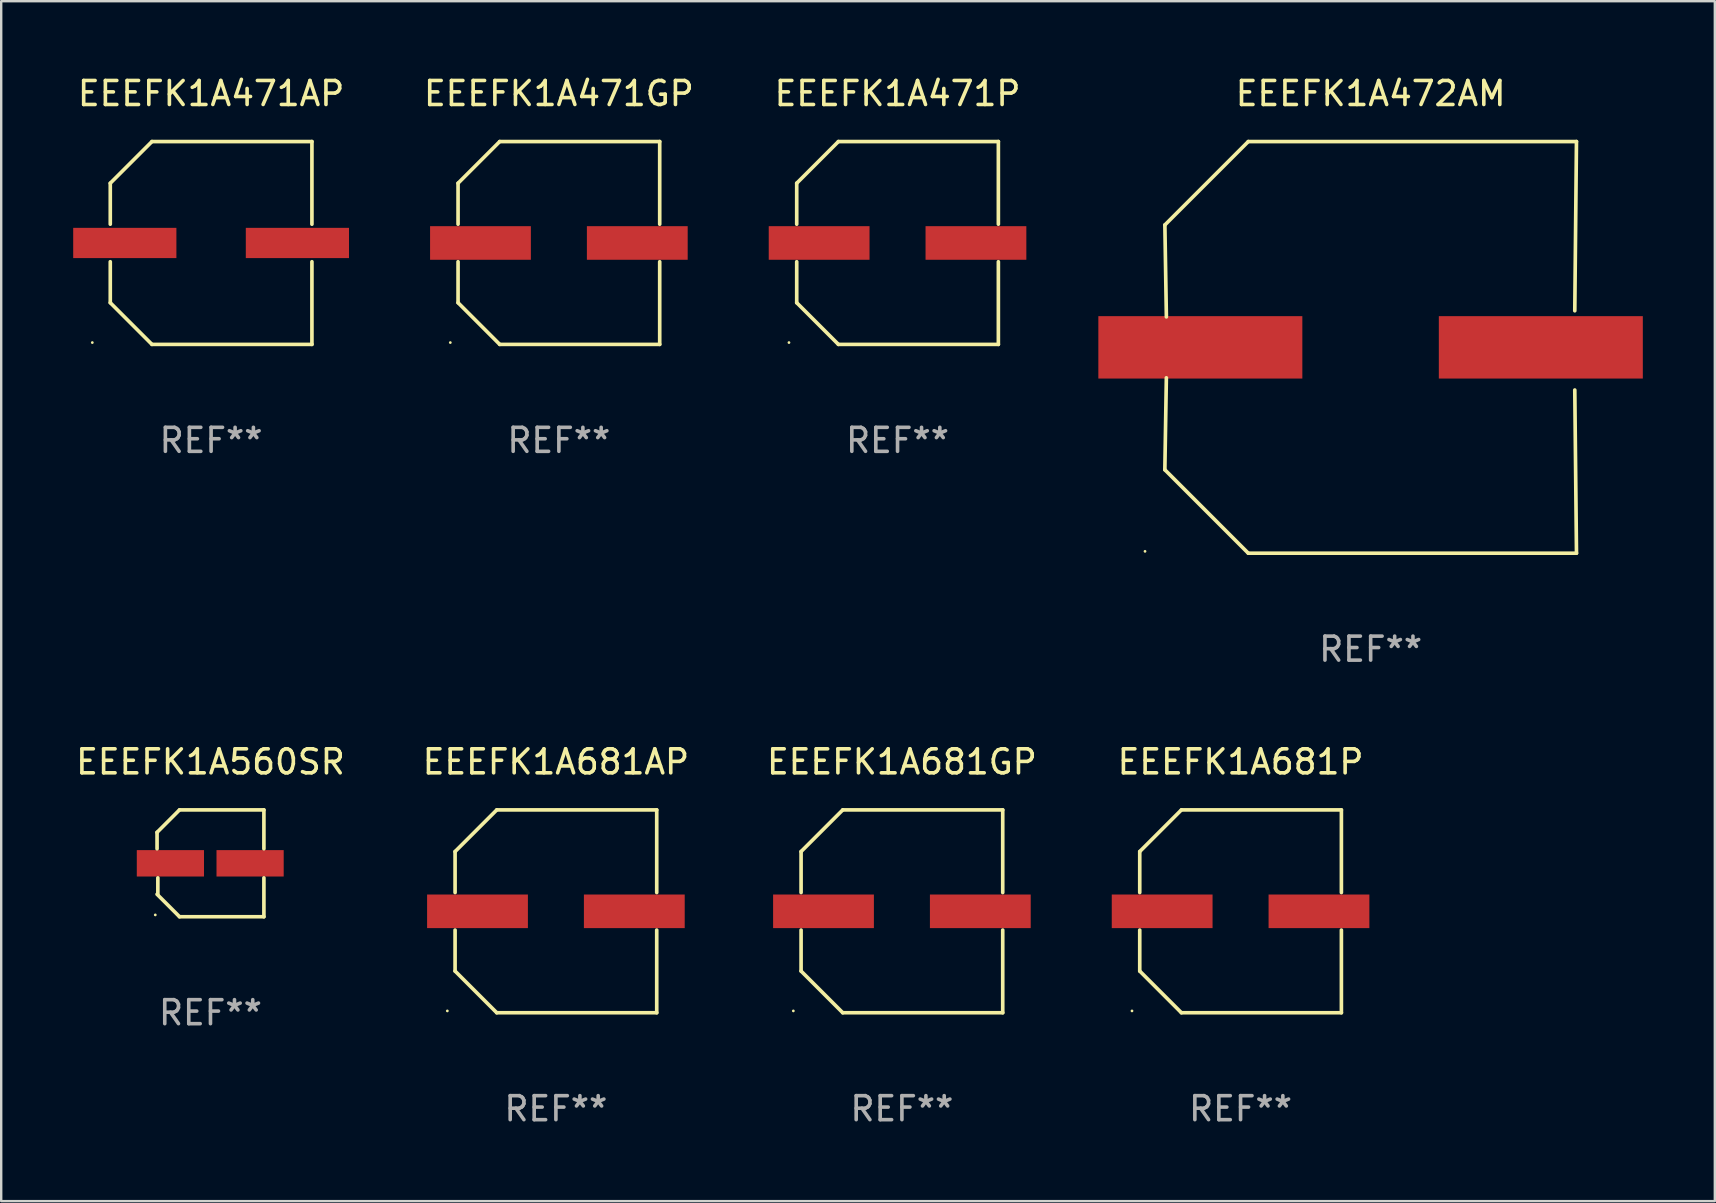
<source format=kicad_pcb>
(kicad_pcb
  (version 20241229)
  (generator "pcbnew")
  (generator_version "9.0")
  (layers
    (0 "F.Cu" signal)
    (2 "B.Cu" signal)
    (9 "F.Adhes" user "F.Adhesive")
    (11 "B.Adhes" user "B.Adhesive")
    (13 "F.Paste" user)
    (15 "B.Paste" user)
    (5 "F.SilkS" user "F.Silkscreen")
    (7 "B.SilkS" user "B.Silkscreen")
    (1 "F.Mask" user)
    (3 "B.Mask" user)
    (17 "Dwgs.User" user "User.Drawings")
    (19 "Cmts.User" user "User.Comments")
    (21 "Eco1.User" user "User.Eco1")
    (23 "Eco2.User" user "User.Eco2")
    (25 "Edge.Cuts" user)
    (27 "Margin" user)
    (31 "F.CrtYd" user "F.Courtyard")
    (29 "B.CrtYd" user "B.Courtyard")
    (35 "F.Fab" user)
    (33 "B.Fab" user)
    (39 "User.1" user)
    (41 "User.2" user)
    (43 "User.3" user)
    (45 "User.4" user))
  (footprint "EEEFK1A471GP"
    (layer "F.Cu")
    (at 20.237 7.074)
    (property "Reference" "EEEFK1A471GP" (at 0 -6.226 0) (layer "F.SilkS") (effects (font (size 1 1) (thickness 0.15))))
    (attr through_hole)
    (fp_line (start -4.201 -2.49) (end -4.201 -0.782) (stroke (width 0.152) (type solid)) (layer "F.SilkS"))
    (fp_line (start -4.201 2.49) (end -4.201 0.782) (stroke (width 0.152) (type solid)) (layer "F.SilkS"))
    (fp_line (start -2.465 -4.226) (end -4.201 -2.49) (stroke (width 0.152) (type solid)) (layer "F.SilkS"))
    (fp_line (start -2.465 4.226) (end -4.201 2.49) (stroke (width 0.152) (type solid)) (layer "F.SilkS"))
    (fp_line (start 4.201 -4.226) (end -2.465 -4.226) (stroke (width 0.152) (type solid)) (layer "F.SilkS"))
    (fp_line (start 4.201 -0.782) (end 4.201 -4.226) (stroke (width 0.152) (type solid)) (layer "F.SilkS"))
    (fp_line (start 4.201 0.782) (end 4.201 4.226) (stroke (width 0.152) (type solid)) (layer "F.SilkS"))
    (fp_line (start 4.201 4.226) (end -2.465 4.226) (stroke (width 0.152) (type solid)) (layer "F.SilkS"))
    (fp_circle (center -4.524 4.15) (end -4.494 4.15) (stroke (width 0.06) (type solid)) (fill no) (layer "F.SilkS"))
    (fp_text user "REF**" (at 0 8.226 0) (layer "F.Fab") (effects (font (size 1 1) (thickness 0.15))))
    (pad "1" smd rect (at -3.267 0) (size 4.2 1.4) (layers "F.Cu" "F.Mask" "F.Paste"))
    (pad "2" smd rect (at 3.267 0) (size 4.2 1.4) (layers "F.Cu" "F.Mask" "F.Paste")))
  (footprint "EEEFK1A471P"
    (layer "F.Cu")
    (at 34.348 7.074)
    (property "Reference" "EEEFK1A471P" (at 0 -6.226 0) (layer "F.SilkS") (effects (font (size 1 1) (thickness 0.15))))
    (attr through_hole)
    (fp_line (start -4.201 -2.49) (end -4.201 -0.782) (stroke (width 0.152) (type solid)) (layer "F.SilkS"))
    (fp_line (start -4.201 2.49) (end -4.201 0.782) (stroke (width 0.152) (type solid)) (layer "F.SilkS"))
    (fp_line (start -2.465 -4.226) (end -4.201 -2.49) (stroke (width 0.152) (type solid)) (layer "F.SilkS"))
    (fp_line (start -2.465 4.226) (end -4.201 2.49) (stroke (width 0.152) (type solid)) (layer "F.SilkS"))
    (fp_line (start 4.201 -4.226) (end -2.465 -4.226) (stroke (width 0.152) (type solid)) (layer "F.SilkS"))
    (fp_line (start 4.201 -0.782) (end 4.201 -4.226) (stroke (width 0.152) (type solid)) (layer "F.SilkS"))
    (fp_line (start 4.201 0.782) (end 4.201 4.226) (stroke (width 0.152) (type solid)) (layer "F.SilkS"))
    (fp_line (start 4.201 4.226) (end -2.465 4.226) (stroke (width 0.152) (type solid)) (layer "F.SilkS"))
    (fp_circle (center -4.524 4.15) (end -4.494 4.15) (stroke (width 0.06) (type solid)) (fill no) (layer "F.SilkS"))
    (fp_text user "REF**" (at 0 8.226 0) (layer "F.Fab") (effects (font (size 1 1) (thickness 0.15))))
    (pad "1" smd rect (at -3.267 0) (size 4.2 1.4) (layers "F.Cu" "F.Mask" "F.Paste"))
    (pad "2" smd rect (at 3.267 0) (size 4.2 1.4) (layers "F.Cu" "F.Mask" "F.Paste")))
  (footprint "EEEFK1A681P"
    (layer "F.Cu")
    (at 48.641 34.922)
    (property "Reference" "EEEFK1A681P" (at 0 -6.226 0) (layer "F.SilkS") (effects (font (size 1 1) (thickness 0.15))))
    (attr through_hole)
    (fp_line (start -4.201 -2.49) (end -4.201 -0.782) (stroke (width 0.152) (type solid)) (layer "F.SilkS"))
    (fp_line (start -4.201 2.49) (end -4.201 0.782) (stroke (width 0.152) (type solid)) (layer "F.SilkS"))
    (fp_line (start -2.465 -4.226) (end -4.201 -2.49) (stroke (width 0.152) (type solid)) (layer "F.SilkS"))
    (fp_line (start -2.465 4.226) (end -4.201 2.49) (stroke (width 0.152) (type solid)) (layer "F.SilkS"))
    (fp_line (start 4.201 -4.226) (end -2.465 -4.226) (stroke (width 0.152) (type solid)) (layer "F.SilkS"))
    (fp_line (start 4.201 -0.782) (end 4.201 -4.226) (stroke (width 0.152) (type solid)) (layer "F.SilkS"))
    (fp_line (start 4.201 0.782) (end 4.201 4.226) (stroke (width 0.152) (type solid)) (layer "F.SilkS"))
    (fp_line (start 4.201 4.226) (end -2.465 4.226) (stroke (width 0.152) (type solid)) (layer "F.SilkS"))
    (fp_circle (center -4.524 4.15) (end -4.494 4.15) (stroke (width 0.06) (type solid)) (fill no) (layer "F.SilkS"))
    (fp_text user "REF**" (at 0 8.226 0) (layer "F.Fab") (effects (font (size 1 1) (thickness 0.15))))
    (pad "1" smd rect (at -3.267 0) (size 4.2 1.4) (layers "F.Cu" "F.Mask" "F.Paste"))
    (pad "2" smd rect (at 3.267 0) (size 4.2 1.4) (layers "F.Cu" "F.Mask" "F.Paste")))
  (footprint "EEEFK1A560SR"
    (layer "F.Cu")
    (at 5.72 32.922)
    (property "Reference" "EEEFK1A560SR" (at 0 -4.226 0) (layer "F.SilkS") (effects (font (size 1 1) (thickness 0.15))))
    (attr through_hole)
    (fp_line (start -2.226 -1.29) (end -2.226 -0.607) (stroke (width 0.152) (type solid)) (layer "F.SilkS"))
    (fp_line (start -2.193 1.29) (end -2.193 0.607) (stroke (width 0.152) (type solid)) (layer "F.SilkS"))
    (fp_line (start -1.29 2.226) (end -2.226 1.29) (stroke (width 0.152) (type solid)) (layer "F.SilkS"))
    (fp_line (start -1.29 -2.226) (end -2.226 -1.29) (stroke (width 0.152) (type solid)) (layer "F.SilkS"))
    (fp_line (start 2.226 -2.226) (end -1.29 -2.226) (stroke (width 0.152) (type solid)) (layer "F.SilkS"))
    (fp_line (start 2.226 -0.607) (end 2.226 -2.226) (stroke (width 0.152) (type solid)) (layer "F.SilkS"))
    (fp_line (start 2.226 0.607) (end 2.226 2.226) (stroke (width 0.152) (type solid)) (layer "F.SilkS"))
    (fp_line (start 2.226 2.226) (end -1.29 2.226) (stroke (width 0.152) (type solid)) (layer "F.SilkS"))
    (fp_circle (center -2.3 2.15) (end -2.27 2.15) (stroke (width 0.06) (type solid)) (fill no) (layer "F.SilkS"))
    (fp_text user "REF**" (at 0 6.226 0) (layer "F.Fab") (effects (font (size 1 1) (thickness 0.15))))
    (pad "1" smd rect (at -1.67 -0.000025) (size 2.8 1.1) (layers "F.Cu" "F.Mask" "F.Paste"))
    (pad "2" smd rect (at 1.651 -0.000025) (size 2.8 1.1) (layers "F.Cu" "F.Mask" "F.Paste")))
  (footprint "EEEFK1A681GP"
    (layer "F.Cu")
    (at 34.53 34.922)
    (property "Reference" "EEEFK1A681GP" (at 0 -6.226 0) (layer "F.SilkS") (effects (font (size 1 1) (thickness 0.15))))
    (attr through_hole)
    (fp_line (start -4.201 -2.49) (end -4.201 -0.782) (stroke (width 0.152) (type solid)) (layer "F.SilkS"))
    (fp_line (start -4.201 2.49) (end -4.201 0.782) (stroke (width 0.152) (type solid)) (layer "F.SilkS"))
    (fp_line (start -2.465 -4.226) (end -4.201 -2.49) (stroke (width 0.152) (type solid)) (layer "F.SilkS"))
    (fp_line (start -2.465 4.226) (end -4.201 2.49) (stroke (width 0.152) (type solid)) (layer "F.SilkS"))
    (fp_line (start 4.201 -4.226) (end -2.465 -4.226) (stroke (width 0.152) (type solid)) (layer "F.SilkS"))
    (fp_line (start 4.201 -0.782) (end 4.201 -4.226) (stroke (width 0.152) (type solid)) (layer "F.SilkS"))
    (fp_line (start 4.201 0.782) (end 4.201 4.226) (stroke (width 0.152) (type solid)) (layer "F.SilkS"))
    (fp_line (start 4.201 4.226) (end -2.465 4.226) (stroke (width 0.152) (type solid)) (layer "F.SilkS"))
    (fp_circle (center -4.524 4.15) (end -4.494 4.15) (stroke (width 0.06) (type solid)) (fill no) (layer "F.SilkS"))
    (fp_text user "REF**" (at 0 8.226 0) (layer "F.Fab") (effects (font (size 1 1) (thickness 0.15))))
    (pad "1" smd rect (at -3.267 0) (size 4.2 1.4) (layers "F.Cu" "F.Mask" "F.Paste"))
    (pad "2" smd rect (at 3.267 0) (size 4.2 1.4) (layers "F.Cu" "F.Mask" "F.Paste")))
  (footprint "EEEFK1A471AP"
    (layer "F.Cu")
    (at 5.746 7.074)
    (property "Reference" "EEEFK1A471AP" (at 0 -6.226 0) (layer "F.SilkS") (effects (font (size 1 1) (thickness 0.15))))
    (attr through_hole)
    (fp_line (start -4.201 -2.49) (end -4.201 -0.782) (stroke (width 0.152) (type solid)) (layer "F.SilkS"))
    (fp_line (start -4.201 2.49) (end -4.201 0.782) (stroke (width 0.152) (type solid)) (layer "F.SilkS"))
    (fp_line (start -2.465 -4.226) (end -4.201 -2.49) (stroke (width 0.152) (type solid)) (layer "F.SilkS"))
    (fp_line (start -2.465 4.226) (end -4.201 2.49) (stroke (width 0.152) (type solid)) (layer "F.SilkS"))
    (fp_line (start 4.201 -4.226) (end -2.465 -4.226) (stroke (width 0.152) (type solid)) (layer "F.SilkS"))
    (fp_line (start 4.201 -0.782) (end 4.201 -4.226) (stroke (width 0.152) (type solid)) (layer "F.SilkS"))
    (fp_line (start 4.201 0.782) (end 4.201 4.226) (stroke (width 0.152) (type solid)) (layer "F.SilkS"))
    (fp_line (start 4.201 4.226) (end -2.465 4.226) (stroke (width 0.152) (type solid)) (layer "F.SilkS"))
    (fp_circle (center -4.95 4.15) (end -4.92 4.15) (stroke (width 0.06) (type solid)) (fill no) (layer "F.SilkS"))
    (fp_text user "REF**" (at 0 8.226 0) (layer "F.Fab") (effects (font (size 1 1) (thickness 0.15))))
    (pad "1" smd rect (at -3.596 0.000025) (size 4.3 1.26) (layers "F.Cu" "F.Mask" "F.Paste"))
    (pad "2" smd rect (at 3.596 0.000025) (size 4.3 1.26) (layers "F.Cu" "F.Mask" "F.Paste")))
  (footprint "EEEFK1A681AP"
    (layer "F.Cu")
    (at 20.113 34.922)
    (property "Reference" "EEEFK1A681AP" (at 0 -6.226 0) (layer "F.SilkS") (effects (font (size 1 1) (thickness 0.15))))
    (attr through_hole)
    (fp_line (start -4.201 -2.49) (end -4.201 -0.782) (stroke (width 0.152) (type solid)) (layer "F.SilkS"))
    (fp_line (start -4.201 2.49) (end -4.201 0.782) (stroke (width 0.152) (type solid)) (layer "F.SilkS"))
    (fp_line (start -2.465 -4.226) (end -4.201 -2.49) (stroke (width 0.152) (type solid)) (layer "F.SilkS"))
    (fp_line (start -2.465 4.226) (end -4.201 2.49) (stroke (width 0.152) (type solid)) (layer "F.SilkS"))
    (fp_line (start 4.201 -4.226) (end -2.465 -4.226) (stroke (width 0.152) (type solid)) (layer "F.SilkS"))
    (fp_line (start 4.201 -0.782) (end 4.201 -4.226) (stroke (width 0.152) (type solid)) (layer "F.SilkS"))
    (fp_line (start 4.201 0.782) (end 4.201 4.226) (stroke (width 0.152) (type solid)) (layer "F.SilkS"))
    (fp_line (start 4.201 4.226) (end -2.465 4.226) (stroke (width 0.152) (type solid)) (layer "F.SilkS"))
    (fp_circle (center -4.524 4.15) (end -4.494 4.15) (stroke (width 0.06) (type solid)) (fill no) (layer "F.SilkS"))
    (fp_text user "REF**" (at 0 8.226 0) (layer "F.Fab") (effects (font (size 1 1) (thickness 0.15))))
    (pad "1" smd rect (at -3.267 0) (size 4.2 1.4) (layers "F.Cu" "F.Mask" "F.Paste"))
    (pad "2" smd rect (at 3.267 0) (size 4.2 1.4) (layers "F.Cu" "F.Mask" "F.Paste")))
  (footprint "EEEFK1A472AM"
    (layer "F.Cu")
    (at 54.062 11.424)
    (property "Reference" "EEEFK1A472AM" (at 0 -10.576 0) (layer "F.SilkS") (effects (font (size 1 1) (thickness 0.15))))
    (attr through_hole)
    (fp_line (start -8.576 5.099) (end -8.513 1.269) (stroke (width 0.152) (type solid)) (layer "F.SilkS"))
    (fp_line (start -8.575 -5.101) (end -8.512 -1.271) (stroke (width 0.152) (type solid)) (layer "F.SilkS"))
    (fp_line (start -5.1 -8.576) (end -8.575 -5.101) (stroke (width 0.152) (type solid)) (layer "F.SilkS"))
    (fp_line (start -5.1 8.576) (end -8.576 5.099) (stroke (width 0.152) (type solid)) (layer "F.SilkS"))
    (fp_line (start 8.505 -1.525) (end 8.575 -8.576) (stroke (width 0.152) (type solid)) (layer "F.SilkS"))
    (fp_line (start 8.505 1.777) (end 8.576 8.576) (stroke (width 0.152) (type solid)) (layer "F.SilkS"))
    (fp_line (start 8.575 -8.576) (end -5.1 -8.576) (stroke (width 0.152) (type solid)) (layer "F.SilkS"))
    (fp_line (start 8.576 8.576) (end -5.1 8.576) (stroke (width 0.152) (type solid)) (layer "F.SilkS"))
    (fp_circle (center -9.402 8.499) (end -9.372 8.499) (stroke (width 0.06) (type solid)) (fill no) (layer "F.SilkS"))
    (fp_text user "REF**" (at 0 12.576 0) (layer "F.Fab") (effects (font (size 1 1) (thickness 0.15))))
    (pad "1" smd rect (at -7.097 -0.001) (size 8.5 2.6) (layers "F.Cu" "F.Mask" "F.Paste"))
    (pad "2" smd rect (at 7.09 -0.001) (size 8.5 2.6) (layers "F.Cu" "F.Mask" "F.Paste")))
  (gr_rect
    (start -3 -3)
    (end 68.402 46.997)
    (stroke (width 0.1) (type default))
    (fill no)
    (layer "Edge.Cuts")))
</source>
